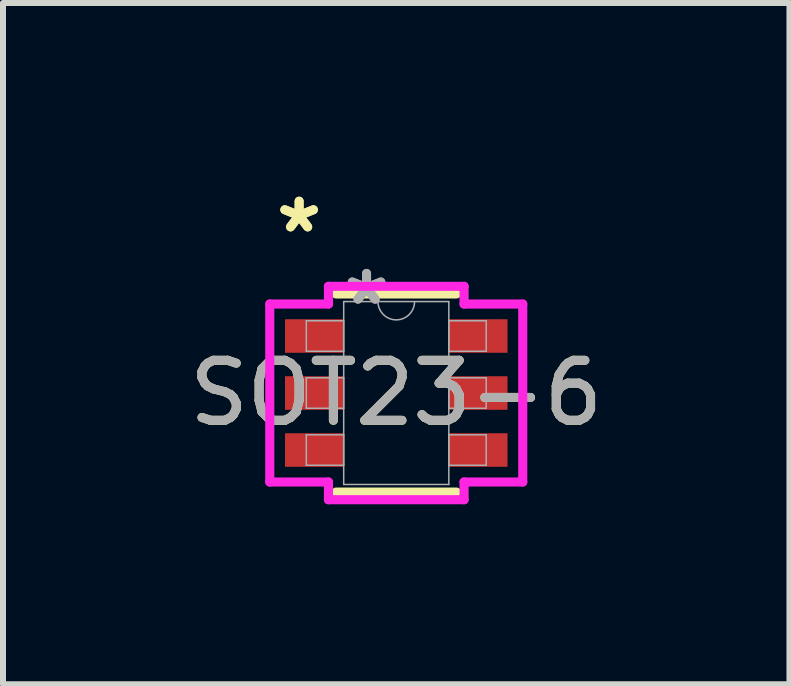
<source format=kicad_pcb>
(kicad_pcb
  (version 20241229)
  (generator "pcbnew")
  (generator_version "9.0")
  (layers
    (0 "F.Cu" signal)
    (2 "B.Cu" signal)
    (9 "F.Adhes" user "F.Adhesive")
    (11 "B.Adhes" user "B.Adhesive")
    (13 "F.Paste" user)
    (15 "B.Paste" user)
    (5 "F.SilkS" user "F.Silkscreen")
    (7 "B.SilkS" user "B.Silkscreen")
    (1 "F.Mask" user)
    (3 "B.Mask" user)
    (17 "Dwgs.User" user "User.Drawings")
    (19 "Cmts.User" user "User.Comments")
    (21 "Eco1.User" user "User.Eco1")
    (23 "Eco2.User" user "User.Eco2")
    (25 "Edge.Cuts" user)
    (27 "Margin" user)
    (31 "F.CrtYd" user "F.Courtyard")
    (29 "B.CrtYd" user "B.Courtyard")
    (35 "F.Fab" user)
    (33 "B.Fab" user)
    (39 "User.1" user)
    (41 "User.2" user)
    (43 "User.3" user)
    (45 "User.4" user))
  (footprint "SOT23-6"
    (layer "F.Cu")
    (at 3.554 3.5)
    (property "Reference" "SOT23-6" (at 0 0 0) (unlocked yes) (layer "F.SilkS") (effects (font (size 1 1) (thickness 0.15))))
    (attr smd)
    (fp_line (start -1.003 1.651) (end 1.003 1.651) (stroke (width 0.152) (type solid)) (layer "F.SilkS"))
    (fp_line (start 1.003 -1.651) (end -1.003 -1.651) (stroke (width 0.152) (type solid)) (layer "F.SilkS"))
    (fp_line (start -2.108 -1.483) (end -1.13 -1.483) (stroke (width 0.152) (type solid)) (layer "F.CrtYd"))
    (fp_line (start -2.108 1.483) (end -2.108 -1.483) (stroke (width 0.152) (type solid)) (layer "F.CrtYd"))
    (fp_line (start -2.108 1.483) (end -1.13 1.483) (stroke (width 0.152) (type solid)) (layer "F.CrtYd"))
    (fp_line (start -1.13 -1.778) (end 1.13 -1.778) (stroke (width 0.152) (type solid)) (layer "F.CrtYd"))
    (fp_line (start -1.13 -1.483) (end -1.13 -1.778) (stroke (width 0.152) (type solid)) (layer "F.CrtYd"))
    (fp_line (start -1.13 1.778) (end -1.13 1.483) (stroke (width 0.152) (type solid)) (layer "F.CrtYd"))
    (fp_line (start 1.13 -1.778) (end 1.13 -1.483) (stroke (width 0.152) (type solid)) (layer "F.CrtYd"))
    (fp_line (start 1.13 1.483) (end 1.13 1.778) (stroke (width 0.152) (type solid)) (layer "F.CrtYd"))
    (fp_line (start 1.13 1.778) (end -1.13 1.778) (stroke (width 0.152) (type solid)) (layer "F.CrtYd"))
    (fp_line (start 2.108 -1.483) (end 1.13 -1.483) (stroke (width 0.152) (type solid)) (layer "F.CrtYd"))
    (fp_line (start 2.108 -1.483) (end 2.108 1.483) (stroke (width 0.152) (type solid)) (layer "F.CrtYd"))
    (fp_line (start 2.108 1.483) (end 1.13 1.483) (stroke (width 0.152) (type solid)) (layer "F.CrtYd"))
    (fp_line (start -1.499 -1.204) (end -1.499 -0.696) (stroke (width 0.025) (type solid)) (layer "F.Fab"))
    (fp_line (start -1.499 -0.696) (end -0.876 -0.696) (stroke (width 0.025) (type solid)) (layer "F.Fab"))
    (fp_line (start -1.499 -0.254) (end -1.499 0.254) (stroke (width 0.025) (type solid)) (layer "F.Fab"))
    (fp_line (start -1.499 0.254) (end -0.876 0.254) (stroke (width 0.025) (type solid)) (layer "F.Fab"))
    (fp_line (start -1.499 0.696) (end -1.499 1.204) (stroke (width 0.025) (type solid)) (layer "F.Fab"))
    (fp_line (start -1.499 1.204) (end -0.876 1.204) (stroke (width 0.025) (type solid)) (layer "F.Fab"))
    (fp_line (start -0.876 -1.524) (end -0.876 1.524) (stroke (width 0.025) (type solid)) (layer "F.Fab"))
    (fp_line (start -0.876 -1.204) (end -1.499 -1.204) (stroke (width 0.025) (type solid)) (layer "F.Fab"))
    (fp_line (start -0.876 -0.696) (end -0.876 -1.204) (stroke (width 0.025) (type solid)) (layer "F.Fab"))
    (fp_line (start -0.876 -0.254) (end -1.499 -0.254) (stroke (width 0.025) (type solid)) (layer "F.Fab"))
    (fp_line (start -0.876 0.254) (end -0.876 -0.254) (stroke (width 0.025) (type solid)) (layer "F.Fab"))
    (fp_line (start -0.876 0.696) (end -1.499 0.696) (stroke (width 0.025) (type solid)) (layer "F.Fab"))
    (fp_line (start -0.876 1.204) (end -0.876 0.696) (stroke (width 0.025) (type solid)) (layer "F.Fab"))
    (fp_line (start -0.876 1.524) (end 0.876 1.524) (stroke (width 0.025) (type solid)) (layer "F.Fab"))
    (fp_line (start 0.876 -1.524) (end -0.876 -1.524) (stroke (width 0.025) (type solid)) (layer "F.Fab"))
    (fp_line (start 0.876 -1.204) (end 0.876 -0.696) (stroke (width 0.025) (type solid)) (layer "F.Fab"))
    (fp_line (start 0.876 -0.696) (end 1.499 -0.696) (stroke (width 0.025) (type solid)) (layer "F.Fab"))
    (fp_line (start 0.876 -0.254) (end 0.876 0.254) (stroke (width 0.025) (type solid)) (layer "F.Fab"))
    (fp_line (start 0.876 0.254) (end 1.499 0.254) (stroke (width 0.025) (type solid)) (layer "F.Fab"))
    (fp_line (start 0.876 0.696) (end 0.876 1.204) (stroke (width 0.025) (type solid)) (layer "F.Fab"))
    (fp_line (start 0.876 1.204) (end 1.499 1.204) (stroke (width 0.025) (type solid)) (layer "F.Fab"))
    (fp_line (start 0.876 1.524) (end 0.876 -1.524) (stroke (width 0.025) (type solid)) (layer "F.Fab"))
    (fp_line (start 1.499 -1.204) (end 0.876 -1.204) (stroke (width 0.025) (type solid)) (layer "F.Fab"))
    (fp_line (start 1.499 -0.696) (end 1.499 -1.204) (stroke (width 0.025) (type solid)) (layer "F.Fab"))
    (fp_line (start 1.499 -0.254) (end 0.876 -0.254) (stroke (width 0.025) (type solid)) (layer "F.Fab"))
    (fp_line (start 1.499 0.254) (end 1.499 -0.254) (stroke (width 0.025) (type solid)) (layer "F.Fab"))
    (fp_line (start 1.499 0.696) (end 0.876 0.696) (stroke (width 0.025) (type solid)) (layer "F.Fab"))
    (fp_line (start 1.499 1.204) (end 1.499 0.696) (stroke (width 0.025) (type solid)) (layer "F.Fab"))
    (fp_arc (start 0.3048 -1.524) (mid 0 -1.2192) (end -0.3048 -1.524) (stroke (width 0.0254) (type solid)) (layer "F.Fab"))
    (fp_text user "*" (at -1.619 -2.652 0) (layer "F.SilkS") (effects (font (size 1 1) (thickness 0.15))))
    (fp_text user "*" (at -1.619 -2.652 0) (unlocked yes) (layer "F.SilkS") (effects (font (size 1 1) (thickness 0.15))))
    (fp_text user "${REFERENCE}" (at 0 0 0) (unlocked yes) (layer "F.Fab") (effects (font (size 1 1) (thickness 0.15))))
    (fp_text user "*" (at -0.495 -1.448 0) (unlocked yes) (layer "F.Fab") (effects (font (size 1 1) (thickness 0.15))))
    (fp_text user "*" (at -0.495 -1.448 0) (layer "F.Fab") (effects (font (size 1 1) (thickness 0.15))))
    (pad "1" smd rect (at -1.365 -0.95) (size 0.978 0.559) (layers "F.Cu" "F.Mask" "F.Paste"))
    (pad "2" smd rect (at -1.365 0) (size 0.978 0.559) (layers "F.Cu" "F.Mask" "F.Paste"))
    (pad "3" smd rect (at -1.365 0.95) (size 0.978 0.559) (layers "F.Cu" "F.Mask" "F.Paste"))
    (pad "4" smd rect (at 1.365 0.95) (size 0.978 0.559) (layers "F.Cu" "F.Mask" "F.Paste"))
    (pad "5" smd rect (at 1.365 0) (size 0.978 0.559) (layers "F.Cu" "F.Mask" "F.Paste"))
    (pad "6" smd rect (at 1.365 -0.95) (size 0.978 0.559) (layers "F.Cu" "F.Mask" "F.Paste")))
  (gr_rect
    (start -3 -3)
    (end 10.107 8.354)
    (stroke (width 0.1) (type default))
    (fill no)
    (layer "Edge.Cuts")))
</source>
